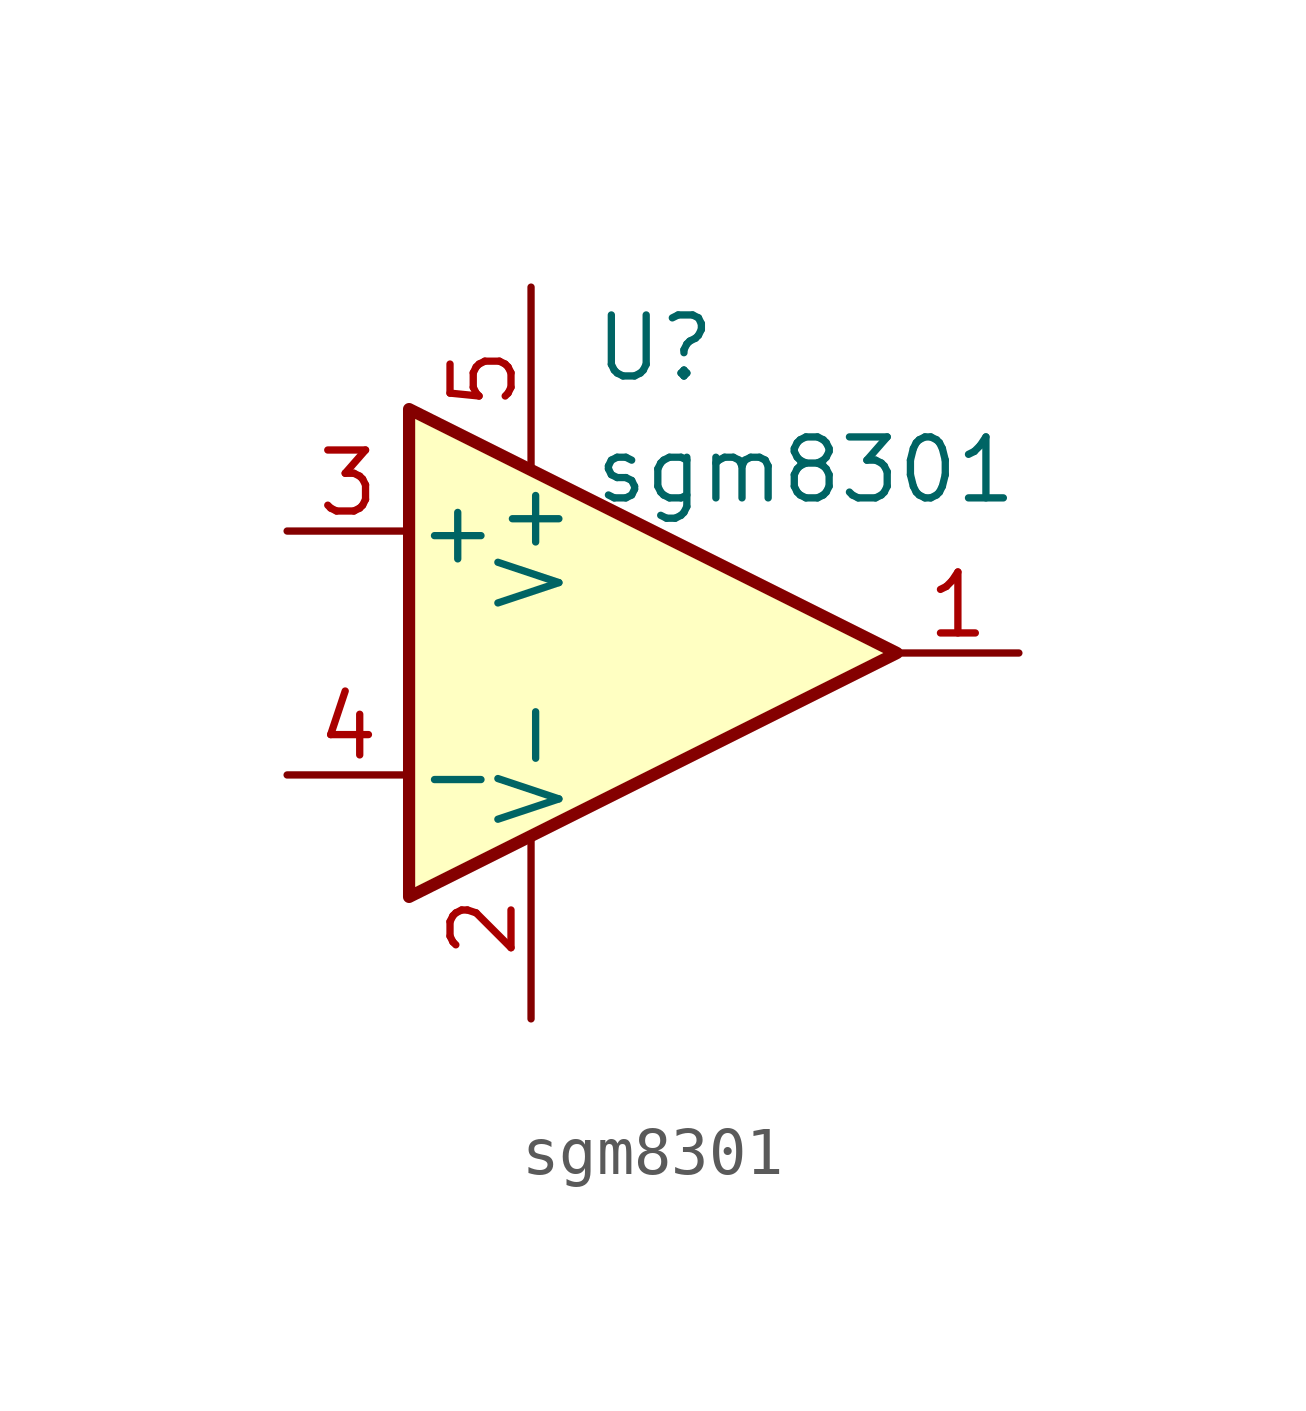
<source format=kicad_sym>
(kicad_symbol_lib
  (version 20220914)
  (generator kicad_symbol_editor)
  (symbol "sgm8301"
    (pin_names
      (offset 0.127))
    (property "Reference" "U"
      (at -1.27 6.35 0)
      (effects (font (size 1.27 1.27)) (justify left)))
    (property "Value" "sgm8301"
      (at -1.27 3.81 0)
      (effects (font (size 1.27 1.27)) (justify left)))
    (symbol "sgm8301_0_1"
      (polyline (pts (xy -5.08 5.08) (xy 5.08 0) (xy -5.08 -5.08) (xy -5.08 5.08)) (stroke (width 0.254) (type default)) (fill (type background)))
      (pin power_in line (at -2.54 -7.62 90) (length 3.81) (name "V-" (effects (font (size 1.27 1.27)))) (number "2" (effects (font (size 1.27 1.27)))))
      (pin power_in line (at -2.54 7.62 270) (length 3.81) (name "V+" (effects (font (size 1.27 1.27)))) (number "5" (effects (font (size 1.27 1.27))))))
    (symbol "sgm8301_1_1"
      (pin output line (at 7.62 0 180) (length 2.54) (name "~" (effects (font (size 1.27 1.27)))) (number "1" (effects (font (size 1.27 1.27)))))
      (pin input line (at -7.62 2.54 0) (length 2.54) (name "+" (effects (font (size 1.27 1.27)))) (number "3" (effects (font (size 1.27 1.27)))))
      (pin input line (at -7.62 -2.54 0) (length 2.54) (name "-" (effects (font (size 1.27 1.27)))) (number "4" (effects (font (size 1.27 1.27))))))))
</source>
